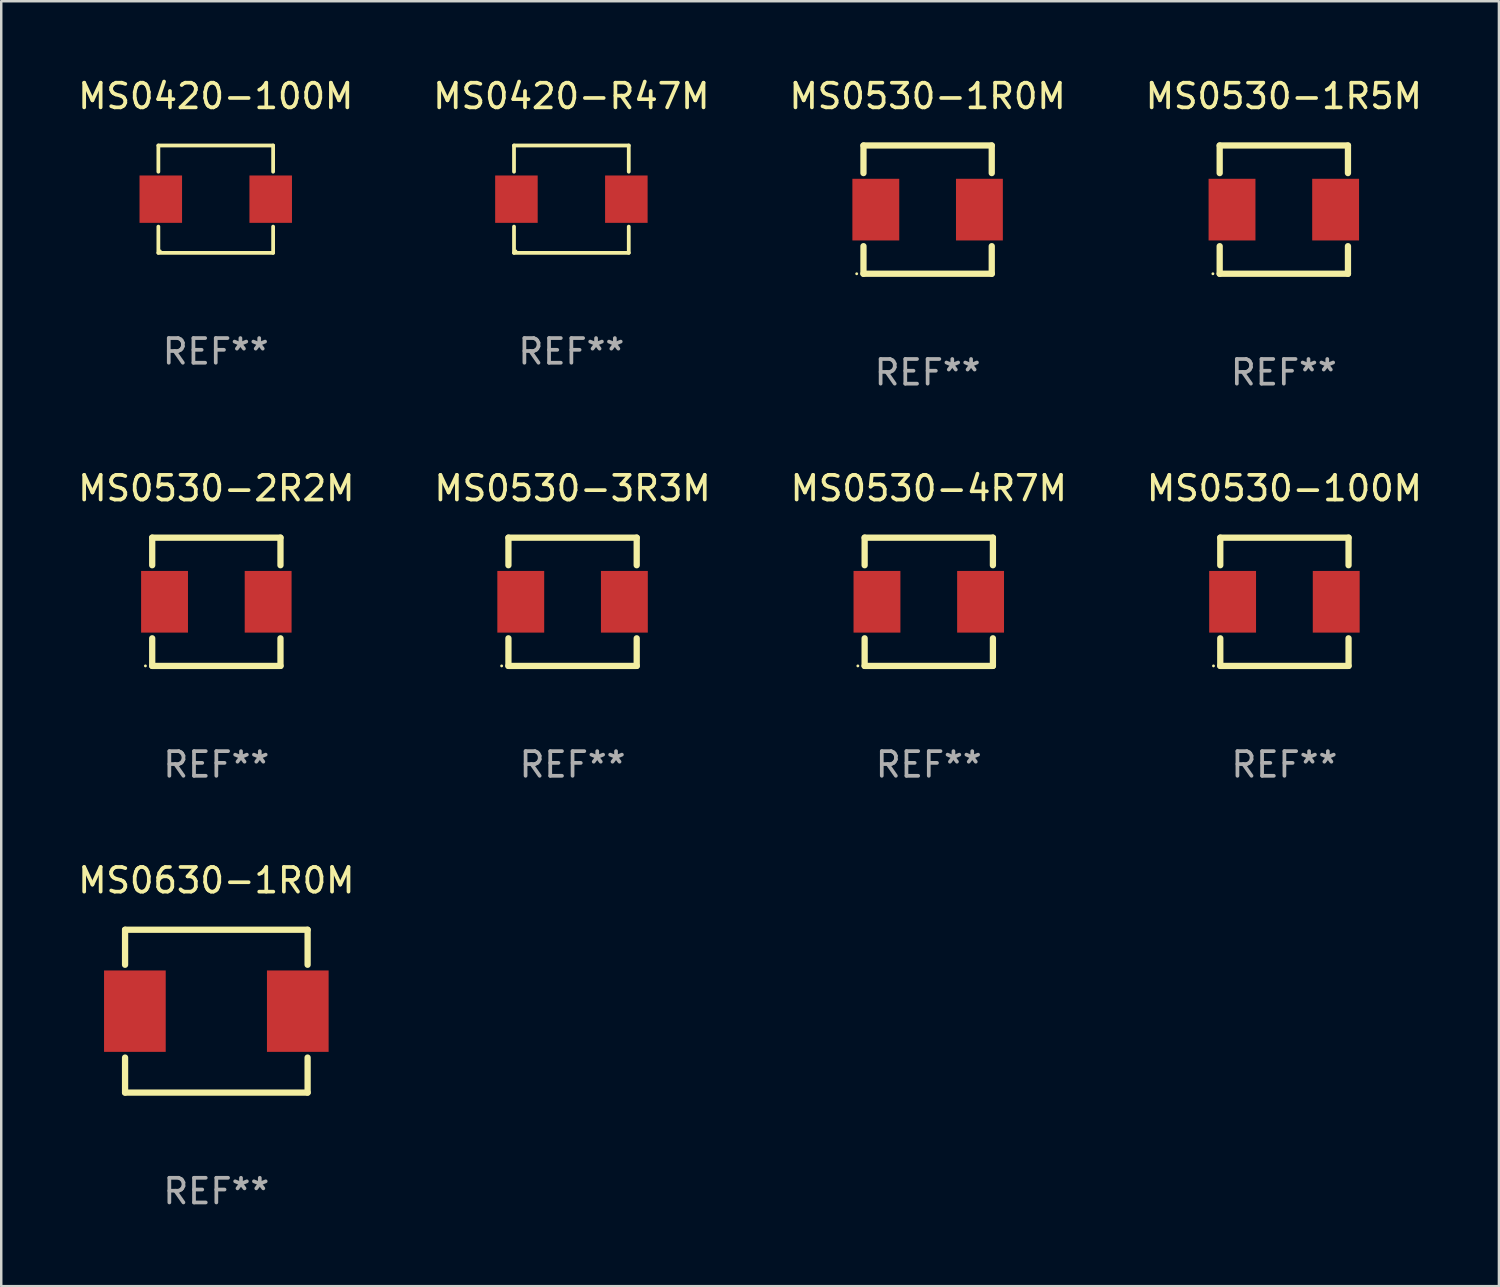
<source format=kicad_pcb>
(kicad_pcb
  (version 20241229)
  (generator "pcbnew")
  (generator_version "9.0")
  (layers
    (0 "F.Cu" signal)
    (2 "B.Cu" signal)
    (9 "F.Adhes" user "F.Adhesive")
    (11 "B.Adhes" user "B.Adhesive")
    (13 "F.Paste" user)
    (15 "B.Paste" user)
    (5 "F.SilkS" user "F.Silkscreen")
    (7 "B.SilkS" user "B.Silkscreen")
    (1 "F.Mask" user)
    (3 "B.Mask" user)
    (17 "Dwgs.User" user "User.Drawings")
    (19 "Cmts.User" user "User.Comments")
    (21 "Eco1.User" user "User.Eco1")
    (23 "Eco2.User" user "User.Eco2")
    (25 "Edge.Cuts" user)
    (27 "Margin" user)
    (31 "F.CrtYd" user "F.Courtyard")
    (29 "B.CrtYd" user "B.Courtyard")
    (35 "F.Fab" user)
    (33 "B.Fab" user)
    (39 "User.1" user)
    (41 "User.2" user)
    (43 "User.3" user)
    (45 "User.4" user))
  (footprint "MS0530-3R3M"
    (layer "F.Cu")
    (at 20.161 21.345)
    (property "Reference" "MS0530-3R3M" (at 0 -4.6 0) (layer "F.SilkS") (effects (font (size 1 1) (thickness 0.15))))
    (attr through_hole)
    (fp_line (start -2.6 -2.6) (end 2.6 -2.6) (stroke (width 0.254) (type solid)) (layer "F.SilkS"))
    (fp_line (start -2.6 -1.481) (end -2.6 -2.6) (stroke (width 0.254) (type solid)) (layer "F.SilkS"))
    (fp_line (start -2.6 2.6) (end -2.6 1.481) (stroke (width 0.254) (type solid)) (layer "F.SilkS"))
    (fp_line (start 2.6 -2.6) (end 2.6 -1.481) (stroke (width 0.254) (type solid)) (layer "F.SilkS"))
    (fp_line (start 2.6 1.481) (end 2.6 2.6) (stroke (width 0.254) (type solid)) (layer "F.SilkS"))
    (fp_line (start 2.6 2.6) (end -2.6 2.6) (stroke (width 0.254) (type solid)) (layer "F.SilkS"))
    (fp_circle (center -2.875 2.6) (end -2.845 2.6) (stroke (width 0.06) (type solid)) (fill no) (layer "F.SilkS"))
    (fp_text user "REF**" (at 0 6.6 0) (layer "F.Fab") (effects (font (size 1 1) (thickness 0.15))))
    (pad "1" smd rect (at -2.1 0) (size 1.9 2.5) (layers "F.Cu" "F.Mask" "F.Paste"))
    (pad "2" smd rect (at 2.1 0) (size 1.9 2.5) (layers "F.Cu" "F.Mask" "F.Paste")))
  (footprint "MS0630-1R0M"
    (layer "F.Cu")
    (at 5.72 37.941)
    (property "Reference" "MS0630-1R0M" (at 0 -5.3 0) (layer "F.SilkS") (effects (font (size 1 1) (thickness 0.15))))
    (attr through_hole)
    (fp_line (start -3.7 -3.3) (end -3.7 -1.881) (stroke (width 0.254) (type solid)) (layer "F.SilkS"))
    (fp_line (start -3.7 -3.3) (end 3.7 -3.3) (stroke (width 0.254) (type solid)) (layer "F.SilkS"))
    (fp_line (start -3.7 1.881) (end -3.7 3.3) (stroke (width 0.254) (type solid)) (layer "F.SilkS"))
    (fp_line (start 3.7 -1.881) (end 3.7 -3.3) (stroke (width 0.254) (type solid)) (layer "F.SilkS"))
    (fp_line (start 3.7 3.3) (end -3.7 3.3) (stroke (width 0.254) (type solid)) (layer "F.SilkS"))
    (fp_line (start 3.7 3.3) (end 3.7 1.881) (stroke (width 0.254) (type solid)) (layer "F.SilkS"))
    (fp_circle (center -3.7 3.3) (end -3.67 3.3) (stroke (width 0.06) (type solid)) (fill no) (layer "F.SilkS"))
    (fp_text user "REF**" (at 0 7.3 0) (layer "F.Fab") (effects (font (size 1 1) (thickness 0.15))))
    (pad "1" smd rect (at -3.302 0) (size 2.5 3.3) (layers "F.Cu" "F.Mask" "F.Paste"))
    (pad "2" smd rect (at 3.302 0) (size 2.5 3.3) (layers "F.Cu" "F.Mask" "F.Paste")))
  (footprint "MS0530-2R2M"
    (layer "F.Cu")
    (at 5.72 21.345)
    (property "Reference" "MS0530-2R2M" (at 0 -4.6 0) (layer "F.SilkS") (effects (font (size 1 1) (thickness 0.15))))
    (attr through_hole)
    (fp_line (start -2.6 -2.6) (end 2.6 -2.6) (stroke (width 0.254) (type solid)) (layer "F.SilkS"))
    (fp_line (start -2.6 -1.481) (end -2.6 -2.6) (stroke (width 0.254) (type solid)) (layer "F.SilkS"))
    (fp_line (start -2.6 2.6) (end -2.6 1.481) (stroke (width 0.254) (type solid)) (layer "F.SilkS"))
    (fp_line (start 2.6 -2.6) (end 2.6 -1.481) (stroke (width 0.254) (type solid)) (layer "F.SilkS"))
    (fp_line (start 2.6 1.481) (end 2.6 2.6) (stroke (width 0.254) (type solid)) (layer "F.SilkS"))
    (fp_line (start 2.6 2.6) (end -2.6 2.6) (stroke (width 0.254) (type solid)) (layer "F.SilkS"))
    (fp_circle (center -2.875 2.6) (end -2.845 2.6) (stroke (width 0.06) (type solid)) (fill no) (layer "F.SilkS"))
    (fp_text user "REF**" (at 0 6.6 0) (layer "F.Fab") (effects (font (size 1 1) (thickness 0.15))))
    (pad "1" smd rect (at -2.1 0) (size 1.9 2.5) (layers "F.Cu" "F.Mask" "F.Paste"))
    (pad "2" smd rect (at 2.1 0) (size 1.9 2.5) (layers "F.Cu" "F.Mask" "F.Paste")))
  (footprint "MS0530-4R7M"
    (layer "F.Cu")
    (at 34.601 21.345)
    (property "Reference" "MS0530-4R7M" (at 0 -4.6 0) (layer "F.SilkS") (effects (font (size 1 1) (thickness 0.15))))
    (attr through_hole)
    (fp_line (start -2.6 -2.6) (end 2.6 -2.6) (stroke (width 0.254) (type solid)) (layer "F.SilkS"))
    (fp_line (start -2.6 -1.481) (end -2.6 -2.6) (stroke (width 0.254) (type solid)) (layer "F.SilkS"))
    (fp_line (start -2.6 2.6) (end -2.6 1.481) (stroke (width 0.254) (type solid)) (layer "F.SilkS"))
    (fp_line (start 2.6 -2.6) (end 2.6 -1.481) (stroke (width 0.254) (type solid)) (layer "F.SilkS"))
    (fp_line (start 2.6 1.481) (end 2.6 2.6) (stroke (width 0.254) (type solid)) (layer "F.SilkS"))
    (fp_line (start 2.6 2.6) (end -2.6 2.6) (stroke (width 0.254) (type solid)) (layer "F.SilkS"))
    (fp_circle (center -2.875 2.6) (end -2.845 2.6) (stroke (width 0.06) (type solid)) (fill no) (layer "F.SilkS"))
    (fp_text user "REF**" (at 0 6.6 0) (layer "F.Fab") (effects (font (size 1 1) (thickness 0.15))))
    (pad "1" smd rect (at -2.1 0) (size 1.9 2.5) (layers "F.Cu" "F.Mask" "F.Paste"))
    (pad "2" smd rect (at 2.1 0) (size 1.9 2.5) (layers "F.Cu" "F.Mask" "F.Paste")))
  (footprint "MS0420-R47M"
    (layer "F.Cu")
    (at 20.113 5.024)
    (property "Reference" "MS0420-R47M" (at 0 -4.176 0) (layer "F.SilkS") (effects (font (size 1 1) (thickness 0.15))))
    (attr through_hole)
    (fp_line (start -2.326 -2.176) (end 2.326 -2.176) (stroke (width 0.152) (type solid)) (layer "F.SilkS"))
    (fp_line (start -2.326 -1.112) (end -2.326 -2.176) (stroke (width 0.152) (type solid)) (layer "F.SilkS"))
    (fp_line (start -2.326 1.112) (end -2.326 2.176) (stroke (width 0.152) (type solid)) (layer "F.SilkS"))
    (fp_line (start -2.326 2.176) (end 2.326 2.176) (stroke (width 0.152) (type solid)) (layer "F.SilkS"))
    (fp_line (start 2.326 -2.176) (end 2.326 -1.112) (stroke (width 0.152) (type solid)) (layer "F.SilkS"))
    (fp_line (start 2.326 2.176) (end 2.326 1.112) (stroke (width 0.152) (type solid)) (layer "F.SilkS"))
    (fp_circle (center -2.25 2.1) (end -2.22 2.1) (stroke (width 0.06) (type solid)) (fill no) (layer "F.SilkS"))
    (fp_text user "REF**" (at 0 6.176 0) (layer "F.Fab") (effects (font (size 1 1) (thickness 0.15))))
    (pad "1" smd rect (at 2.228 0) (size 1.724 1.92) (layers "F.Cu" "F.Mask" "F.Paste"))
    (pad "2" smd rect (at -2.228 0) (size 1.724 1.92) (layers "F.Cu" "F.Mask" "F.Paste")))
  (footprint "MS0420-100M"
    (layer "F.Cu")
    (at 5.696 5.024)
    (property "Reference" "MS0420-100M" (at 0 -4.176 0) (layer "F.SilkS") (effects (font (size 1 1) (thickness 0.15))))
    (attr through_hole)
    (fp_line (start -2.326 -2.176) (end 2.326 -2.176) (stroke (width 0.152) (type solid)) (layer "F.SilkS"))
    (fp_line (start -2.326 -1.112) (end -2.326 -2.176) (stroke (width 0.152) (type solid)) (layer "F.SilkS"))
    (fp_line (start -2.326 1.112) (end -2.326 2.176) (stroke (width 0.152) (type solid)) (layer "F.SilkS"))
    (fp_line (start -2.326 2.176) (end 2.326 2.176) (stroke (width 0.152) (type solid)) (layer "F.SilkS"))
    (fp_line (start 2.326 -2.176) (end 2.326 -1.112) (stroke (width 0.152) (type solid)) (layer "F.SilkS"))
    (fp_line (start 2.326 2.176) (end 2.326 1.112) (stroke (width 0.152) (type solid)) (layer "F.SilkS"))
    (fp_circle (center -2.25 2.1) (end -2.22 2.1) (stroke (width 0.06) (type solid)) (fill no) (layer "F.SilkS"))
    (fp_text user "REF**" (at 0 6.176 0) (layer "F.Fab") (effects (font (size 1 1) (thickness 0.15))))
    (pad "1" smd rect (at 2.228 0) (size 1.724 1.92) (layers "F.Cu" "F.Mask" "F.Paste"))
    (pad "2" smd rect (at -2.228 0) (size 1.724 1.92) (layers "F.Cu" "F.Mask" "F.Paste")))
  (footprint "MS0530-100M"
    (layer "F.Cu")
    (at 49.018 21.345)
    (property "Reference" "MS0530-100M" (at 0 -4.6 0) (layer "F.SilkS") (effects (font (size 1 1) (thickness 0.15))))
    (attr through_hole)
    (fp_line (start -2.6 -2.6) (end 2.6 -2.6) (stroke (width 0.254) (type solid)) (layer "F.SilkS"))
    (fp_line (start -2.6 -1.481) (end -2.6 -2.6) (stroke (width 0.254) (type solid)) (layer "F.SilkS"))
    (fp_line (start -2.6 2.6) (end -2.6 1.481) (stroke (width 0.254) (type solid)) (layer "F.SilkS"))
    (fp_line (start 2.6 -2.6) (end 2.6 -1.481) (stroke (width 0.254) (type solid)) (layer "F.SilkS"))
    (fp_line (start 2.6 1.481) (end 2.6 2.6) (stroke (width 0.254) (type solid)) (layer "F.SilkS"))
    (fp_line (start 2.6 2.6) (end -2.6 2.6) (stroke (width 0.254) (type solid)) (layer "F.SilkS"))
    (fp_circle (center -2.875 2.6) (end -2.845 2.6) (stroke (width 0.06) (type solid)) (fill no) (layer "F.SilkS"))
    (fp_text user "REF**" (at 0 6.6 0) (layer "F.Fab") (effects (font (size 1 1) (thickness 0.15))))
    (pad "1" smd rect (at -2.1 0) (size 1.9 2.5) (layers "F.Cu" "F.Mask" "F.Paste"))
    (pad "2" smd rect (at 2.1 0) (size 1.9 2.5) (layers "F.Cu" "F.Mask" "F.Paste")))
  (footprint "MS0530-1R0M"
    (layer "F.Cu")
    (at 34.554 5.448)
    (property "Reference" "MS0530-1R0M" (at 0 -4.6 0) (layer "F.SilkS") (effects (font (size 1 1) (thickness 0.15))))
    (attr through_hole)
    (fp_line (start -2.6 -2.6) (end 2.6 -2.6) (stroke (width 0.254) (type solid)) (layer "F.SilkS"))
    (fp_line (start -2.6 -1.481) (end -2.6 -2.6) (stroke (width 0.254) (type solid)) (layer "F.SilkS"))
    (fp_line (start -2.6 2.6) (end -2.6 1.481) (stroke (width 0.254) (type solid)) (layer "F.SilkS"))
    (fp_line (start 2.6 -2.6) (end 2.6 -1.481) (stroke (width 0.254) (type solid)) (layer "F.SilkS"))
    (fp_line (start 2.6 1.481) (end 2.6 2.6) (stroke (width 0.254) (type solid)) (layer "F.SilkS"))
    (fp_line (start 2.6 2.6) (end -2.6 2.6) (stroke (width 0.254) (type solid)) (layer "F.SilkS"))
    (fp_circle (center -2.875 2.6) (end -2.845 2.6) (stroke (width 0.06) (type solid)) (fill no) (layer "F.SilkS"))
    (fp_text user "REF**" (at 0 6.6 0) (layer "F.Fab") (effects (font (size 1 1) (thickness 0.15))))
    (pad "1" smd rect (at -2.1 0) (size 1.9 2.5) (layers "F.Cu" "F.Mask" "F.Paste"))
    (pad "2" smd rect (at 2.1 0) (size 1.9 2.5) (layers "F.Cu" "F.Mask" "F.Paste")))
  (footprint "MS0530-1R5M"
    (layer "F.Cu")
    (at 48.994 5.448)
    (property "Reference" "MS0530-1R5M" (at 0 -4.6 0) (layer "F.SilkS") (effects (font (size 1 1) (thickness 0.15))))
    (attr through_hole)
    (fp_line (start -2.6 -2.6) (end 2.6 -2.6) (stroke (width 0.254) (type solid)) (layer "F.SilkS"))
    (fp_line (start -2.6 -1.481) (end -2.6 -2.6) (stroke (width 0.254) (type solid)) (layer "F.SilkS"))
    (fp_line (start -2.6 2.6) (end -2.6 1.481) (stroke (width 0.254) (type solid)) (layer "F.SilkS"))
    (fp_line (start 2.6 -2.6) (end 2.6 -1.481) (stroke (width 0.254) (type solid)) (layer "F.SilkS"))
    (fp_line (start 2.6 1.481) (end 2.6 2.6) (stroke (width 0.254) (type solid)) (layer "F.SilkS"))
    (fp_line (start 2.6 2.6) (end -2.6 2.6) (stroke (width 0.254) (type solid)) (layer "F.SilkS"))
    (fp_circle (center -2.875 2.6) (end -2.845 2.6) (stroke (width 0.06) (type solid)) (fill no) (layer "F.SilkS"))
    (fp_text user "REF**" (at 0 6.6 0) (layer "F.Fab") (effects (font (size 1 1) (thickness 0.15))))
    (pad "1" smd rect (at -2.1 0) (size 1.9 2.5) (layers "F.Cu" "F.Mask" "F.Paste"))
    (pad "2" smd rect (at 2.1 0) (size 1.9 2.5) (layers "F.Cu" "F.Mask" "F.Paste")))
  (gr_rect
    (start -3 -3)
    (end 57.714 49.09)
    (stroke (width 0.1) (type default))
    (fill no)
    (layer "Edge.Cuts")))
</source>
